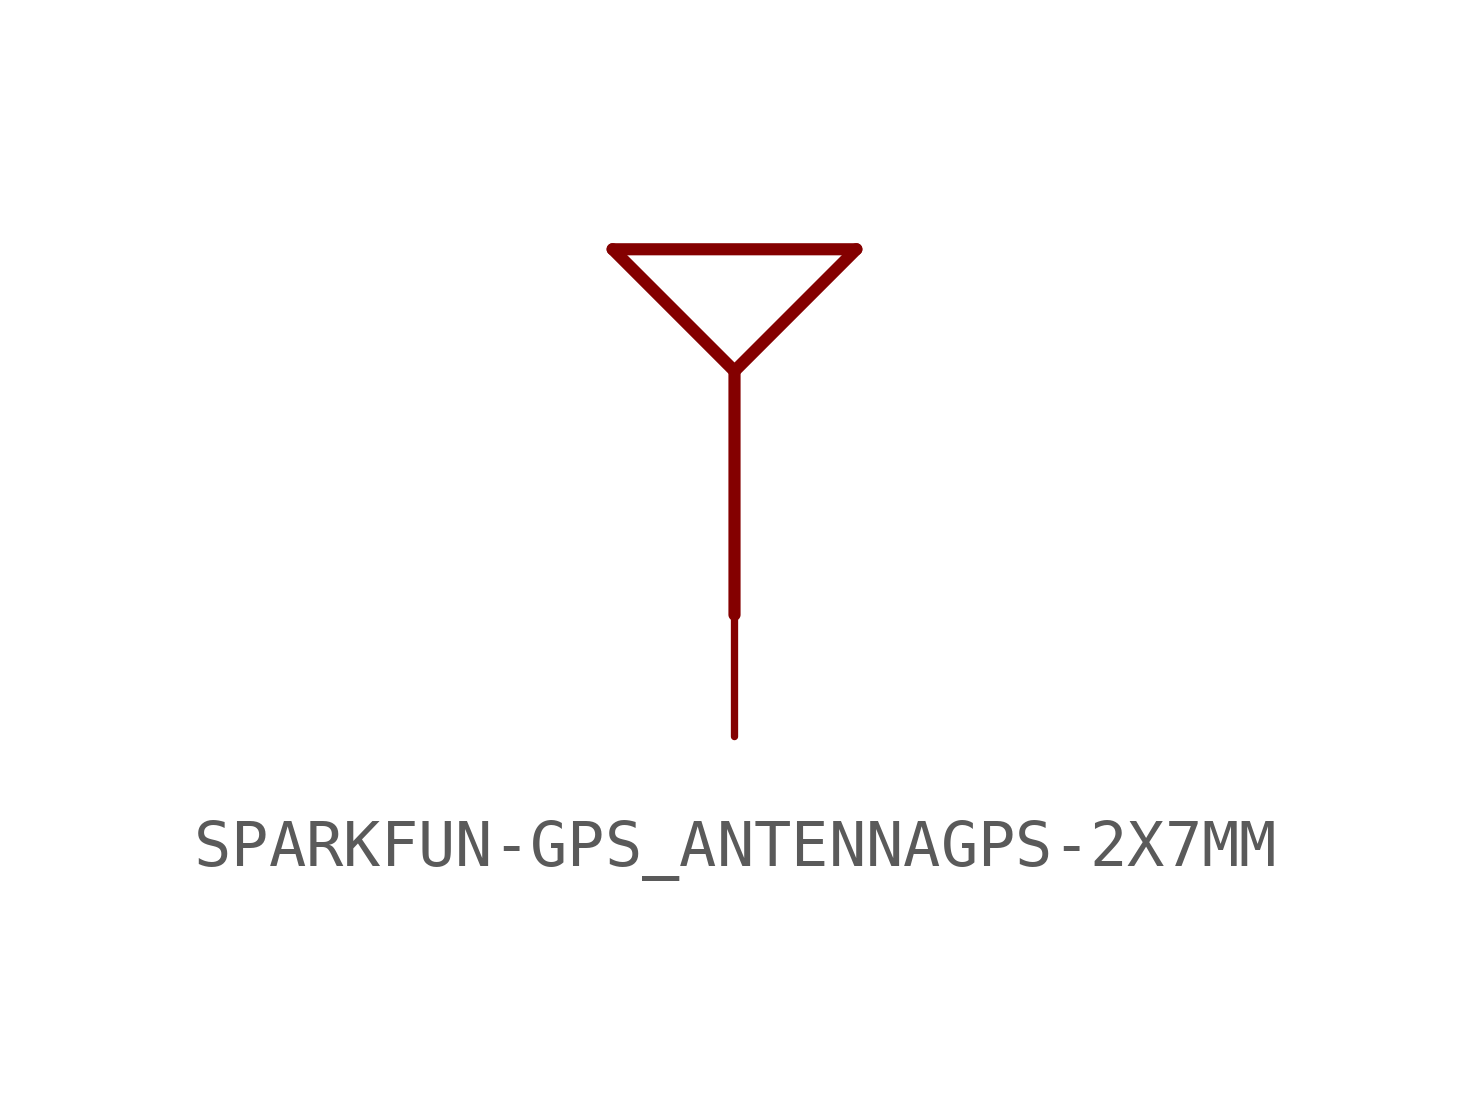
<source format=kicad_sym>
(kicad_symbol_lib
  (version 20220914)
  (generator kicad_symbol_editor)
  (symbol "SPARKFUN-GPS_ANTENNAGPS-2X7MM"
    (property "Reference" ""
      (at 0.508 0 0)
      (effects (font (size 1.778 1.778)) (justify left bottom) hide))
    (property "Value" ""
      (at 0.508 -2.54 0)
      (effects (font (size 1.778 1.778)) (justify left bottom)))
    (property "ki_locked" ""
      (at 0 0 0)
      (effects (font (size 1.27 1.27))))
    (symbol "SPARKFUN-GPS_ANTENNAGPS-2X7MM_1_0"
      (polyline (pts (xy -2.54 5.08) (xy 2.54 5.08)) (stroke (width 0.254) (type solid)) (fill (type none)))
      (polyline (pts (xy 0 2.54) (xy -2.54 5.08)) (stroke (width 0.254) (type solid)) (fill (type none)))
      (polyline (pts (xy 0 2.54) (xy 0 -2.54)) (stroke (width 0.254) (type solid)) (fill (type none)))
      (polyline (pts (xy 0 2.54) (xy 2.54 5.08)) (stroke (width 0.254) (type solid)) (fill (type none)))
      (pin bidirectional line (at 0 -5.08 90) (length 2.54) (name "SIGNAL" (effects (font (size 0 0)))) (number "1" (effects (font (size 0 0))))))))
</source>
